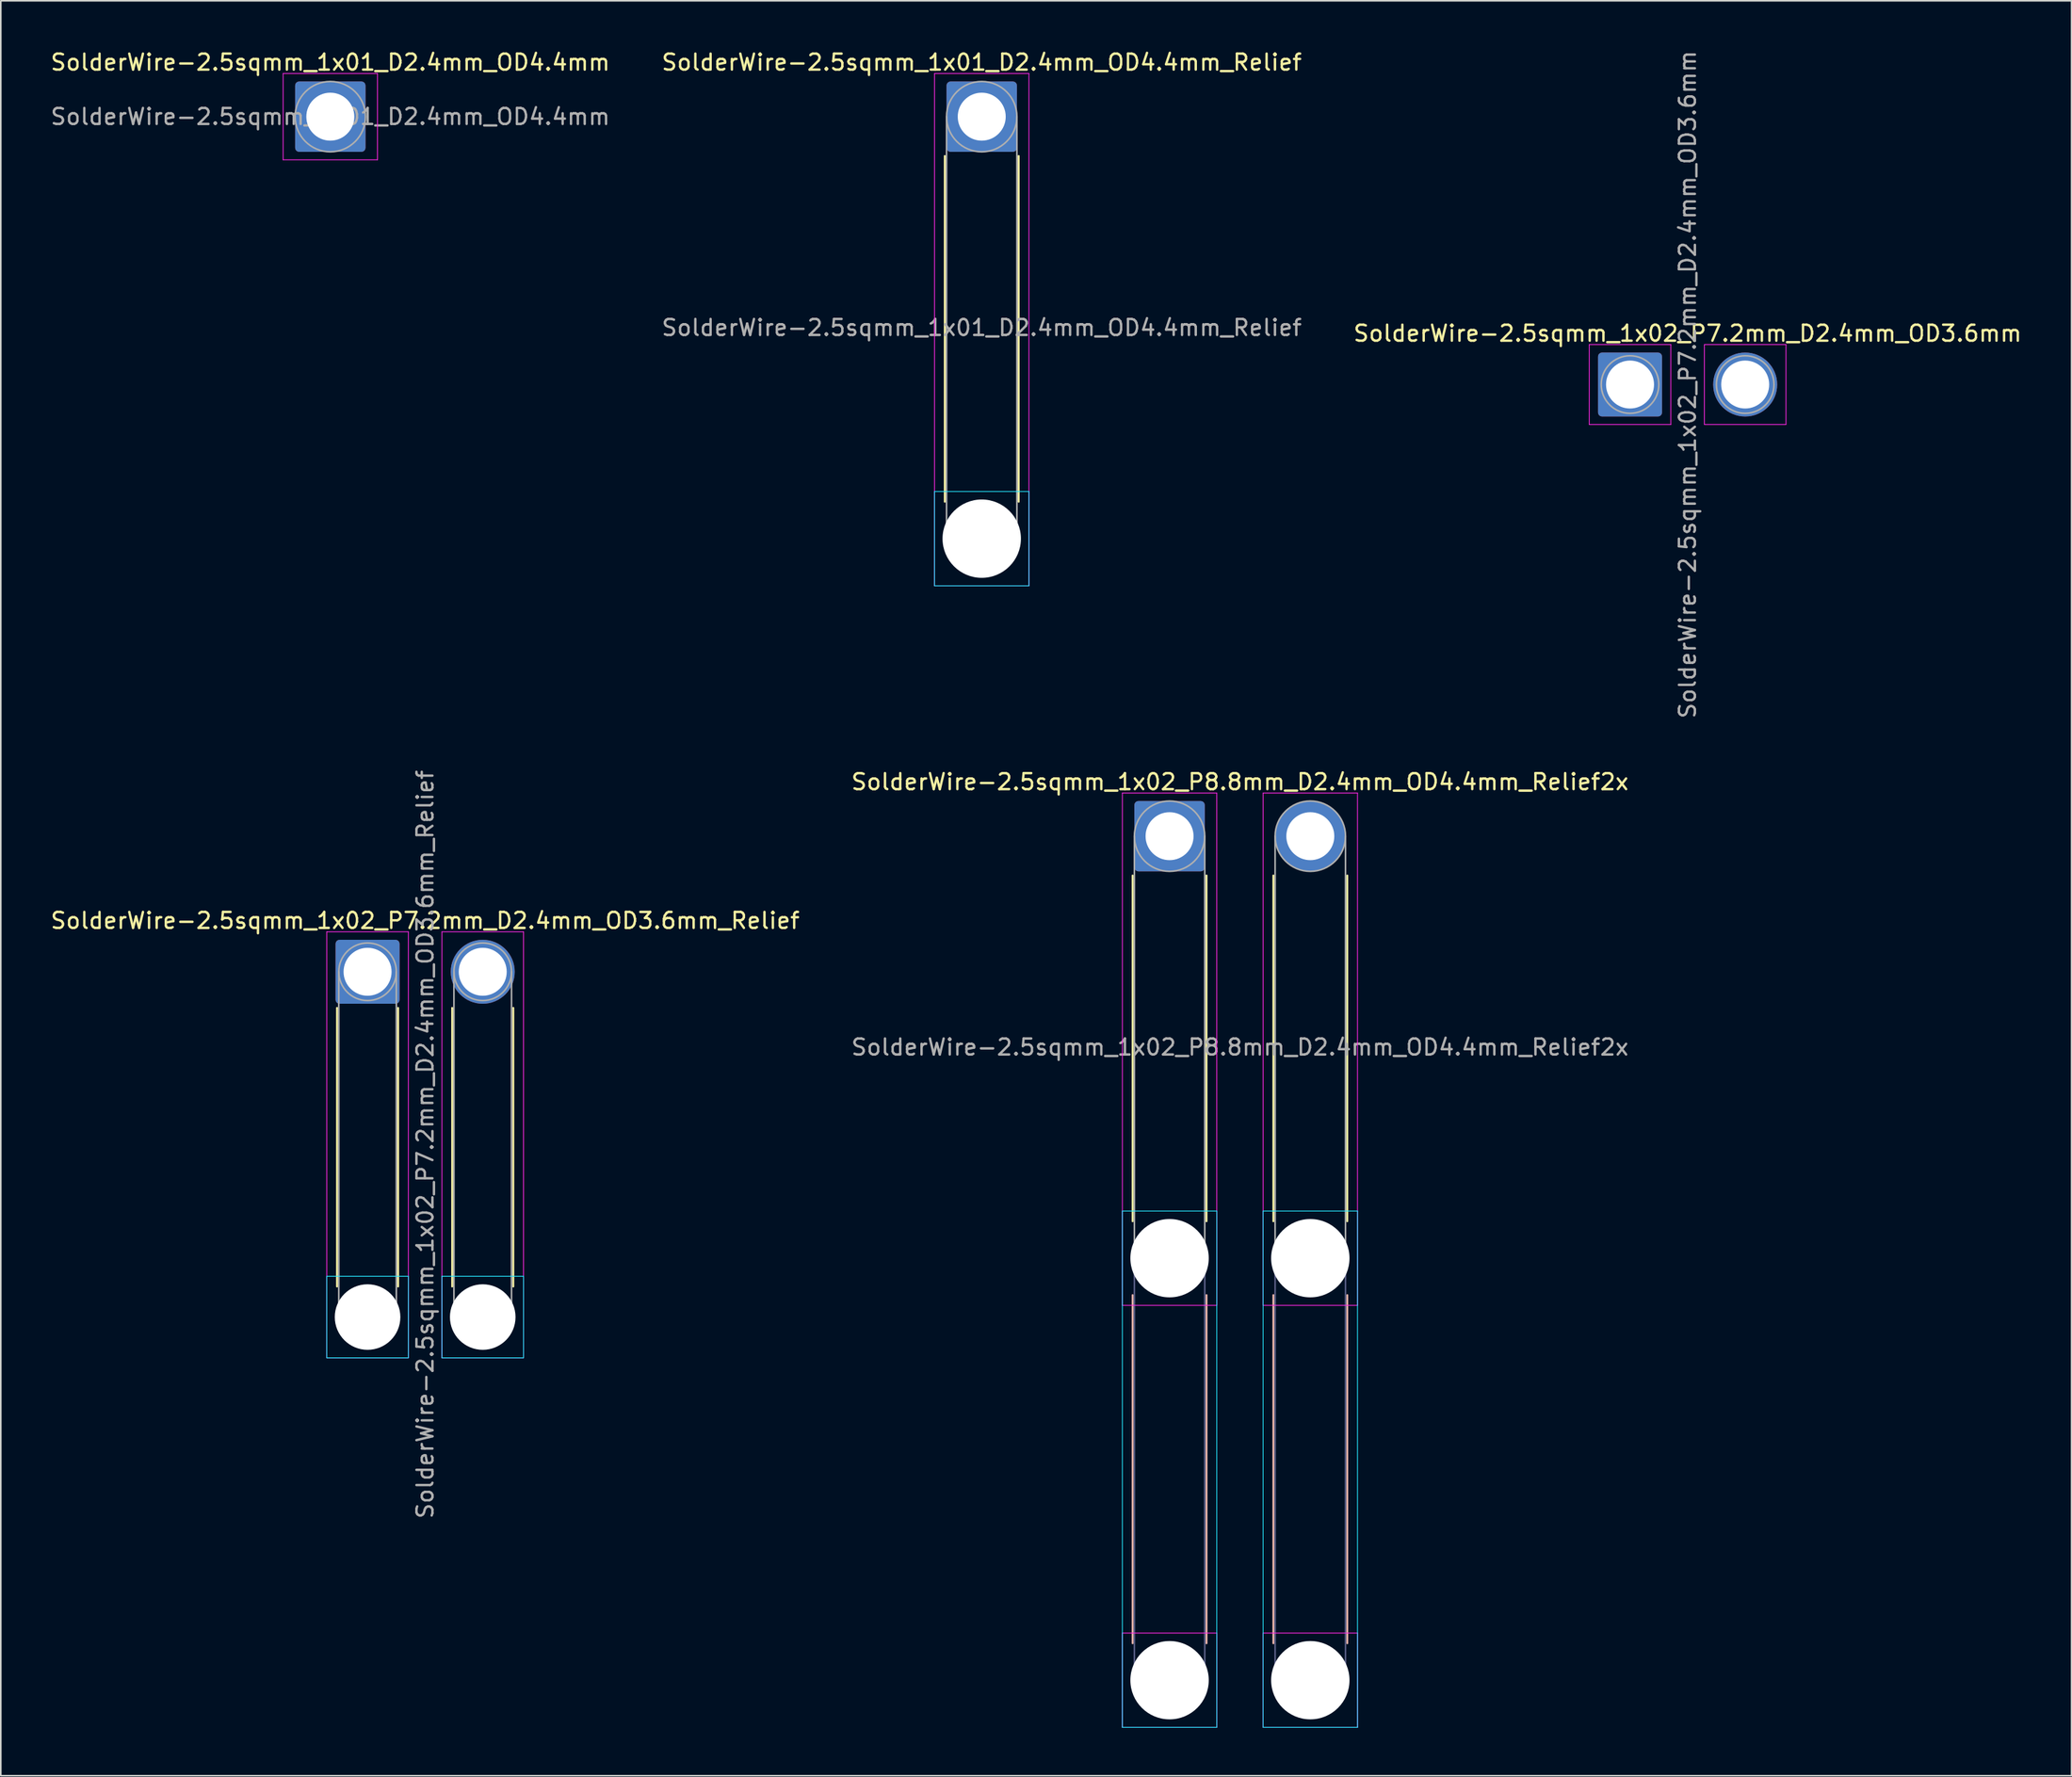
<source format=kicad_pcb>
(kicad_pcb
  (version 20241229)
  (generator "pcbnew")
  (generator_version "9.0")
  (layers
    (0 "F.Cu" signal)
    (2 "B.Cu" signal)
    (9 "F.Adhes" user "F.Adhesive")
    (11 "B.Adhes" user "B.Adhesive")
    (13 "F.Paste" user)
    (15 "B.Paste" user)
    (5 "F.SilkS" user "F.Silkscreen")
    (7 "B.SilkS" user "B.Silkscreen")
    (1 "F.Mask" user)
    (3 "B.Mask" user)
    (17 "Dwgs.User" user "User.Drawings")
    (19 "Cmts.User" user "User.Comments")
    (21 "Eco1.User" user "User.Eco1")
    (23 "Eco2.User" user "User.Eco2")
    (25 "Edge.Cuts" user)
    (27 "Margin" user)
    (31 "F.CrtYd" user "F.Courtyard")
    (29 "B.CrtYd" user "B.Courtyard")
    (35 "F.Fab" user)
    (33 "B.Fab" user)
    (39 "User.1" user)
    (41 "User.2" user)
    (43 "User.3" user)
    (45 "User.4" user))
  (footprint "SolderWire-2.5sqmm_1x01_D2.4mm_OD4.4mm_Relief"
    (layer "F.Cu")
    (at 58.327 4.248)
    (property "Reference" "SolderWire-2.5sqmm_1x01_D2.4mm_OD4.4mm_Relief" (at 0 -3.4 0) (layer "F.SilkS") (effects (font (size 1 1) (thickness 0.15))))
    (attr exclude_from_pos_files exclude_from_bom)
    (fp_line (start -2.31 2.46) (end -2.31 24.09) (stroke (width 0.12) (type solid)) (layer "F.SilkS"))
    (fp_line (start 2.31 2.46) (end 2.31 24.09) (stroke (width 0.12) (type solid)) (layer "F.SilkS"))
    (fp_line (start -2.95 23.45) (end -2.95 29.35) (stroke (width 0.05) (type solid)) (layer "B.CrtYd"))
    (fp_line (start -2.95 29.35) (end 2.95 29.35) (stroke (width 0.05) (type solid)) (layer "B.CrtYd"))
    (fp_line (start 2.95 23.45) (end -2.95 23.45) (stroke (width 0.05) (type solid)) (layer "B.CrtYd"))
    (fp_line (start 2.95 29.35) (end 2.95 23.45) (stroke (width 0.05) (type solid)) (layer "B.CrtYd"))
    (fp_line (start -2.95 -2.7) (end -2.95 29.35) (stroke (width 0.05) (type solid)) (layer "F.CrtYd"))
    (fp_line (start -2.95 29.35) (end 2.95 29.35) (stroke (width 0.05) (type solid)) (layer "F.CrtYd"))
    (fp_line (start 2.95 -2.7) (end -2.95 -2.7) (stroke (width 0.05) (type solid)) (layer "F.CrtYd"))
    (fp_line (start 2.95 29.35) (end 2.95 -2.7) (stroke (width 0.05) (type solid)) (layer "F.CrtYd"))
    (fp_line (start -2.2 0) (end -2.2 26.4) (stroke (width 0.1) (type solid)) (layer "F.Fab"))
    (fp_line (start 2.2 0) (end 2.2 26.4) (stroke (width 0.1) (type solid)) (layer "F.Fab"))
    (fp_circle (center 0 0) (end 2.2 0) (stroke (width 0.1) (type solid)) (fill no) (layer "F.Fab"))
    (fp_circle (center 0 26.4) (end 2.2 26.4) (stroke (width 0.1) (type solid)) (fill no) (layer "F.Fab"))
    (fp_text user "${REFERENCE}" (at 0 13.2 0) (layer "F.Fab") (effects (font (size 1 1) (thickness 0.15))))
    (pad "" np_thru_hole circle (at 0 26.4) (size 4.9 4.9) (drill 4.9) (layers "*.Cu" "*.Mask"))
    (pad "1" thru_hole roundrect (at 0 0) (size 4.4 4.4) (drill 3) (layers "*.Cu" "*.Mask") (roundrect_rratio 0.057)))
  (footprint "SolderWire-2.5sqmm_1x02_P7.2mm_D2.4mm_OD3.6mm"
    (layer "F.Cu")
    (at 98.858 21.006)
    (property "Reference" "SolderWire-2.5sqmm_1x02_P7.2mm_D2.4mm_OD3.6mm" (at 3.6 -3.2 0) (layer "F.SilkS") (effects (font (size 1 1) (thickness 0.15))))
    (attr exclude_from_pos_files exclude_from_bom)
    (fp_line (start -2.55 -2.5) (end -2.55 2.5) (stroke (width 0.05) (type solid)) (layer "F.CrtYd"))
    (fp_line (start -2.55 2.5) (end 2.55 2.5) (stroke (width 0.05) (type solid)) (layer "F.CrtYd"))
    (fp_line (start 2.55 -2.5) (end -2.55 -2.5) (stroke (width 0.05) (type solid)) (layer "F.CrtYd"))
    (fp_line (start 2.55 2.5) (end 2.55 -2.5) (stroke (width 0.05) (type solid)) (layer "F.CrtYd"))
    (fp_line (start 4.65 -2.5) (end 4.65 2.5) (stroke (width 0.05) (type solid)) (layer "F.CrtYd"))
    (fp_line (start 4.65 2.5) (end 9.75 2.5) (stroke (width 0.05) (type solid)) (layer "F.CrtYd"))
    (fp_line (start 9.75 -2.5) (end 4.65 -2.5) (stroke (width 0.05) (type solid)) (layer "F.CrtYd"))
    (fp_line (start 9.75 2.5) (end 9.75 -2.5) (stroke (width 0.05) (type solid)) (layer "F.CrtYd"))
    (fp_circle (center 0 0) (end 1.8 0) (stroke (width 0.1) (type solid)) (fill no) (layer "F.Fab"))
    (fp_circle (center 7.2 0) (end 9 0) (stroke (width 0.1) (type solid)) (fill no) (layer "F.Fab"))
    (fp_text user "${REFERENCE}" (at 3.6 0 90) (layer "F.Fab") (effects (font (size 1 1) (thickness 0.15))))
    (pad "1" thru_hole roundrect (at 0 0) (size 4 4) (drill 3) (layers "*.Cu" "*.Mask") (roundrect_rratio 0.062))
    (pad "2" thru_hole circle (at 7.2 0) (size 4 4) (drill 3) (layers "*.Cu" "*.Mask")))
  (footprint "SolderWire-2.5sqmm_1x01_D2.4mm_OD4.4mm"
    (layer "F.Cu")
    (at 17.601 4.248)
    (property "Reference" "SolderWire-2.5sqmm_1x01_D2.4mm_OD4.4mm" (at 0 -3.4 0) (layer "F.SilkS") (effects (font (size 1 1) (thickness 0.15))))
    (attr exclude_from_pos_files exclude_from_bom)
    (fp_line (start -2.95 -2.7) (end -2.95 2.7) (stroke (width 0.05) (type solid)) (layer "F.CrtYd"))
    (fp_line (start -2.95 2.7) (end 2.95 2.7) (stroke (width 0.05) (type solid)) (layer "F.CrtYd"))
    (fp_line (start 2.95 -2.7) (end -2.95 -2.7) (stroke (width 0.05) (type solid)) (layer "F.CrtYd"))
    (fp_line (start 2.95 2.7) (end 2.95 -2.7) (stroke (width 0.05) (type solid)) (layer "F.CrtYd"))
    (fp_circle (center 0 0) (end 2.2 0) (stroke (width 0.1) (type solid)) (fill no) (layer "F.Fab"))
    (fp_text user "${REFERENCE}" (at 0 0 0) (layer "F.Fab") (effects (font (size 1 1) (thickness 0.15))))
    (pad "1" thru_hole roundrect (at 0 0) (size 4.4 4.4) (drill 3) (layers "*.Cu" "*.Mask") (roundrect_rratio 0.057)))
  (footprint "SolderWire-2.5sqmm_1x02_P8.8mm_D2.4mm_OD4.4mm_Relief2x"
    (layer "F.Cu")
    (at 70.07 49.26)
    (property "Reference" "SolderWire-2.5sqmm_1x02_P8.8mm_D2.4mm_OD4.4mm_Relief2x" (at 4.4 -3.4 0) (layer "F.SilkS") (effects (font (size 1 1) (thickness 0.15))))
    (attr exclude_from_pos_files exclude_from_bom)
    (fp_line (start -2.31 2.46) (end -2.31 24.09) (stroke (width 0.12) (type solid)) (layer "F.SilkS"))
    (fp_line (start 2.31 2.46) (end 2.31 24.09) (stroke (width 0.12) (type solid)) (layer "F.SilkS"))
    (fp_line (start 6.49 2.46) (end 6.49 24.09) (stroke (width 0.12) (type solid)) (layer "F.SilkS"))
    (fp_line (start 11.11 2.46) (end 11.11 24.09) (stroke (width 0.12) (type solid)) (layer "F.SilkS"))
    (fp_line (start -2.31 28.71) (end -2.31 50.49) (stroke (width 0.12) (type solid)) (layer "B.SilkS"))
    (fp_line (start 2.31 28.71) (end 2.31 50.49) (stroke (width 0.12) (type solid)) (layer "B.SilkS"))
    (fp_line (start 6.49 28.71) (end 6.49 50.49) (stroke (width 0.12) (type solid)) (layer "B.SilkS"))
    (fp_line (start 11.11 28.71) (end 11.11 50.49) (stroke (width 0.12) (type solid)) (layer "B.SilkS"))
    (fp_line (start -2.95 23.45) (end -2.95 55.75) (stroke (width 0.05) (type solid)) (layer "B.CrtYd"))
    (fp_line (start -2.95 55.75) (end 2.95 55.75) (stroke (width 0.05) (type solid)) (layer "B.CrtYd"))
    (fp_line (start 2.95 23.45) (end -2.95 23.45) (stroke (width 0.05) (type solid)) (layer "B.CrtYd"))
    (fp_line (start 2.95 55.75) (end 2.95 23.45) (stroke (width 0.05) (type solid)) (layer "B.CrtYd"))
    (fp_line (start 5.85 23.45) (end 5.85 55.75) (stroke (width 0.05) (type solid)) (layer "B.CrtYd"))
    (fp_line (start 5.85 55.75) (end 11.75 55.75) (stroke (width 0.05) (type solid)) (layer "B.CrtYd"))
    (fp_line (start 11.75 23.45) (end 5.85 23.45) (stroke (width 0.05) (type solid)) (layer "B.CrtYd"))
    (fp_line (start 11.75 55.75) (end 11.75 23.45) (stroke (width 0.05) (type solid)) (layer "B.CrtYd"))
    (fp_line (start -2.95 -2.7) (end -2.95 29.35) (stroke (width 0.05) (type solid)) (layer "F.CrtYd"))
    (fp_line (start -2.95 29.35) (end 2.95 29.35) (stroke (width 0.05) (type solid)) (layer "F.CrtYd"))
    (fp_line (start -2.95 49.85) (end -2.95 55.75) (stroke (width 0.05) (type solid)) (layer "F.CrtYd"))
    (fp_line (start -2.95 55.75) (end 2.95 55.75) (stroke (width 0.05) (type solid)) (layer "F.CrtYd"))
    (fp_line (start 2.95 -2.7) (end -2.95 -2.7) (stroke (width 0.05) (type solid)) (layer "F.CrtYd"))
    (fp_line (start 2.95 29.35) (end 2.95 -2.7) (stroke (width 0.05) (type solid)) (layer "F.CrtYd"))
    (fp_line (start 2.95 49.85) (end -2.95 49.85) (stroke (width 0.05) (type solid)) (layer "F.CrtYd"))
    (fp_line (start 2.95 55.75) (end 2.95 49.85) (stroke (width 0.05) (type solid)) (layer "F.CrtYd"))
    (fp_line (start 5.85 -2.7) (end 5.85 29.35) (stroke (width 0.05) (type solid)) (layer "F.CrtYd"))
    (fp_line (start 5.85 29.35) (end 11.75 29.35) (stroke (width 0.05) (type solid)) (layer "F.CrtYd"))
    (fp_line (start 5.85 49.85) (end 5.85 55.75) (stroke (width 0.05) (type solid)) (layer "F.CrtYd"))
    (fp_line (start 5.85 55.75) (end 11.75 55.75) (stroke (width 0.05) (type solid)) (layer "F.CrtYd"))
    (fp_line (start 11.75 -2.7) (end 5.85 -2.7) (stroke (width 0.05) (type solid)) (layer "F.CrtYd"))
    (fp_line (start 11.75 29.35) (end 11.75 -2.7) (stroke (width 0.05) (type solid)) (layer "F.CrtYd"))
    (fp_line (start 11.75 49.85) (end 5.85 49.85) (stroke (width 0.05) (type solid)) (layer "F.CrtYd"))
    (fp_line (start 11.75 55.75) (end 11.75 49.85) (stroke (width 0.05) (type solid)) (layer "F.CrtYd"))
    (fp_line (start -2.2 26.4) (end -2.2 52.8) (stroke (width 0.1) (type solid)) (layer "B.Fab"))
    (fp_line (start 2.2 26.4) (end 2.2 52.8) (stroke (width 0.1) (type solid)) (layer "B.Fab"))
    (fp_line (start 6.6 26.4) (end 6.6 52.8) (stroke (width 0.1) (type solid)) (layer "B.Fab"))
    (fp_line (start 11 26.4) (end 11 52.8) (stroke (width 0.1) (type solid)) (layer "B.Fab"))
    (fp_circle (center 0 26.4) (end 2.2 26.4) (stroke (width 0.1) (type solid)) (fill no) (layer "B.Fab"))
    (fp_circle (center 0 52.8) (end 2.2 52.8) (stroke (width 0.1) (type solid)) (fill no) (layer "B.Fab"))
    (fp_circle (center 8.8 26.4) (end 11 26.4) (stroke (width 0.1) (type solid)) (fill no) (layer "B.Fab"))
    (fp_circle (center 8.8 52.8) (end 11 52.8) (stroke (width 0.1) (type solid)) (fill no) (layer "B.Fab"))
    (fp_line (start -2.2 0) (end -2.2 26.4) (stroke (width 0.1) (type solid)) (layer "F.Fab"))
    (fp_line (start 2.2 0) (end 2.2 26.4) (stroke (width 0.1) (type solid)) (layer "F.Fab"))
    (fp_line (start 6.6 0) (end 6.6 26.4) (stroke (width 0.1) (type solid)) (layer "F.Fab"))
    (fp_line (start 11 0) (end 11 26.4) (stroke (width 0.1) (type solid)) (layer "F.Fab"))
    (fp_circle (center 0 0) (end 2.2 0) (stroke (width 0.1) (type solid)) (fill no) (layer "F.Fab"))
    (fp_circle (center 0 26.4) (end 2.2 26.4) (stroke (width 0.1) (type solid)) (fill no) (layer "F.Fab"))
    (fp_circle (center 0 52.8) (end 2.2 52.8) (stroke (width 0.1) (type solid)) (fill no) (layer "F.Fab"))
    (fp_circle (center 8.8 0) (end 11 0) (stroke (width 0.1) (type solid)) (fill no) (layer "F.Fab"))
    (fp_circle (center 8.8 26.4) (end 11 26.4) (stroke (width 0.1) (type solid)) (fill no) (layer "F.Fab"))
    (fp_circle (center 8.8 52.8) (end 11 52.8) (stroke (width 0.1) (type solid)) (fill no) (layer "F.Fab"))
    (fp_text user "${REFERENCE}" (at 4.4 13.2 0) (layer "F.Fab") (effects (font (size 1 1) (thickness 0.15))))
    (pad "" np_thru_hole circle (at 0 26.4) (size 4.9 4.9) (drill 4.9) (layers "*.Cu" "*.Mask"))
    (pad "" np_thru_hole circle (at 0 52.8) (size 4.9 4.9) (drill 4.9) (layers "*.Cu" "*.Mask"))
    (pad "" np_thru_hole circle (at 8.8 26.4) (size 4.9 4.9) (drill 4.9) (layers "*.Cu" "*.Mask"))
    (pad "" np_thru_hole circle (at 8.8 52.8) (size 4.9 4.9) (drill 4.9) (layers "*.Cu" "*.Mask"))
    (pad "1" thru_hole roundrect (at 0 0) (size 4.4 4.4) (drill 3) (layers "*.Cu" "*.Mask") (roundrect_rratio 0.057))
    (pad "2" thru_hole circle (at 8.8 0) (size 4.4 4.4) (drill 3) (layers "*.Cu" "*.Mask")))
  (footprint "SolderWire-2.5sqmm_1x02_P7.2mm_D2.4mm_OD3.6mm_Relief"
    (layer "F.Cu")
    (at 19.93 57.742)
    (property "Reference" "SolderWire-2.5sqmm_1x02_P7.2mm_D2.4mm_OD3.6mm_Relief" (at 3.6 -3.2 0) (layer "F.SilkS") (effects (font (size 1 1) (thickness 0.15))))
    (attr exclude_from_pos_files exclude_from_bom)
    (fp_line (start -1.91 2.26) (end -1.91 19.69) (stroke (width 0.12) (type solid)) (layer "F.SilkS"))
    (fp_line (start 1.91 2.26) (end 1.91 19.69) (stroke (width 0.12) (type solid)) (layer "F.SilkS"))
    (fp_line (start 5.29 2.26) (end 5.29 19.69) (stroke (width 0.12) (type solid)) (layer "F.SilkS"))
    (fp_line (start 9.11 2.26) (end 9.11 19.69) (stroke (width 0.12) (type solid)) (layer "F.SilkS"))
    (fp_line (start -2.55 19.05) (end -2.55 24.15) (stroke (width 0.05) (type solid)) (layer "B.CrtYd"))
    (fp_line (start -2.55 24.15) (end 2.55 24.15) (stroke (width 0.05) (type solid)) (layer "B.CrtYd"))
    (fp_line (start 2.55 19.05) (end -2.55 19.05) (stroke (width 0.05) (type solid)) (layer "B.CrtYd"))
    (fp_line (start 2.55 24.15) (end 2.55 19.05) (stroke (width 0.05) (type solid)) (layer "B.CrtYd"))
    (fp_line (start 4.65 19.05) (end 4.65 24.15) (stroke (width 0.05) (type solid)) (layer "B.CrtYd"))
    (fp_line (start 4.65 24.15) (end 9.75 24.15) (stroke (width 0.05) (type solid)) (layer "B.CrtYd"))
    (fp_line (start 9.75 19.05) (end 4.65 19.05) (stroke (width 0.05) (type solid)) (layer "B.CrtYd"))
    (fp_line (start 9.75 24.15) (end 9.75 19.05) (stroke (width 0.05) (type solid)) (layer "B.CrtYd"))
    (fp_line (start -2.55 -2.5) (end -2.55 24.15) (stroke (width 0.05) (type solid)) (layer "F.CrtYd"))
    (fp_line (start -2.55 24.15) (end 2.55 24.15) (stroke (width 0.05) (type solid)) (layer "F.CrtYd"))
    (fp_line (start 2.55 -2.5) (end -2.55 -2.5) (stroke (width 0.05) (type solid)) (layer "F.CrtYd"))
    (fp_line (start 2.55 24.15) (end 2.55 -2.5) (stroke (width 0.05) (type solid)) (layer "F.CrtYd"))
    (fp_line (start 4.65 -2.5) (end 4.65 24.15) (stroke (width 0.05) (type solid)) (layer "F.CrtYd"))
    (fp_line (start 4.65 24.15) (end 9.75 24.15) (stroke (width 0.05) (type solid)) (layer "F.CrtYd"))
    (fp_line (start 9.75 -2.5) (end 4.65 -2.5) (stroke (width 0.05) (type solid)) (layer "F.CrtYd"))
    (fp_line (start 9.75 24.15) (end 9.75 -2.5) (stroke (width 0.05) (type solid)) (layer "F.CrtYd"))
    (fp_line (start -1.8 0) (end -1.8 21.6) (stroke (width 0.1) (type solid)) (layer "F.Fab"))
    (fp_line (start 1.8 0) (end 1.8 21.6) (stroke (width 0.1) (type solid)) (layer "F.Fab"))
    (fp_line (start 5.4 0) (end 5.4 21.6) (stroke (width 0.1) (type solid)) (layer "F.Fab"))
    (fp_line (start 9 0) (end 9 21.6) (stroke (width 0.1) (type solid)) (layer "F.Fab"))
    (fp_circle (center 0 0) (end 1.8 0) (stroke (width 0.1) (type solid)) (fill no) (layer "F.Fab"))
    (fp_circle (center 0 21.6) (end 1.8 21.6) (stroke (width 0.1) (type solid)) (fill no) (layer "F.Fab"))
    (fp_circle (center 7.2 0) (end 9 0) (stroke (width 0.1) (type solid)) (fill no) (layer "F.Fab"))
    (fp_circle (center 7.2 21.6) (end 9 21.6) (stroke (width 0.1) (type solid)) (fill no) (layer "F.Fab"))
    (fp_text user "${REFERENCE}" (at 3.6 10.8 90) (layer "F.Fab") (effects (font (size 1 1) (thickness 0.15))))
    (pad "" np_thru_hole circle (at 0 21.6) (size 4.1 4.1) (drill 4.1) (layers "*.Cu" "*.Mask"))
    (pad "" np_thru_hole circle (at 7.2 21.6) (size 4.1 4.1) (drill 4.1) (layers "*.Cu" "*.Mask"))
    (pad "1" thru_hole roundrect (at 0 0) (size 4 4) (drill 3) (layers "*.Cu" "*.Mask") (roundrect_rratio 0.062))
    (pad "2" thru_hole circle (at 7.2 0) (size 4 4) (drill 3) (layers "*.Cu" "*.Mask")))
  (gr_rect
    (start -3 -3)
    (end 126.464 108.035)
    (stroke (width 0.1) (type default))
    (fill no)
    (layer "Edge.Cuts")))
</source>
